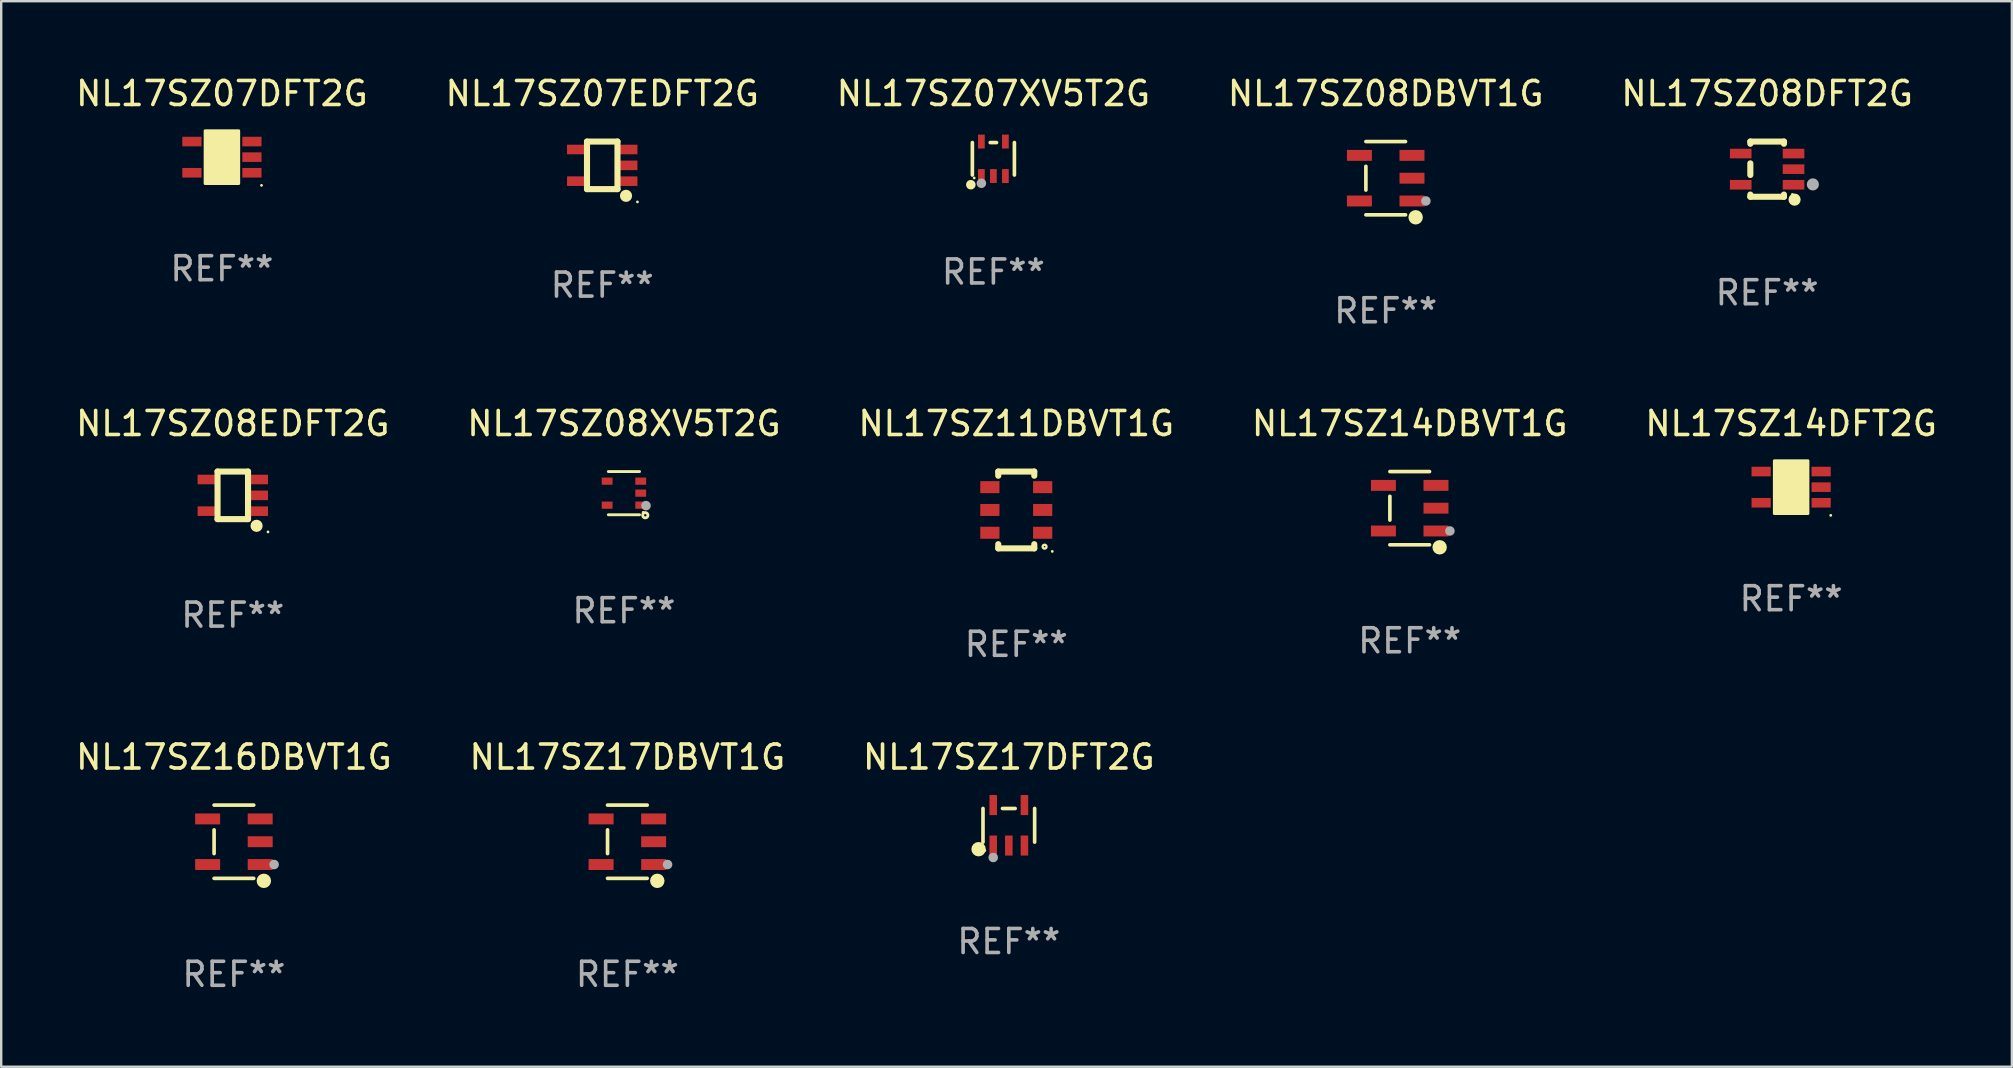
<source format=kicad_pcb>
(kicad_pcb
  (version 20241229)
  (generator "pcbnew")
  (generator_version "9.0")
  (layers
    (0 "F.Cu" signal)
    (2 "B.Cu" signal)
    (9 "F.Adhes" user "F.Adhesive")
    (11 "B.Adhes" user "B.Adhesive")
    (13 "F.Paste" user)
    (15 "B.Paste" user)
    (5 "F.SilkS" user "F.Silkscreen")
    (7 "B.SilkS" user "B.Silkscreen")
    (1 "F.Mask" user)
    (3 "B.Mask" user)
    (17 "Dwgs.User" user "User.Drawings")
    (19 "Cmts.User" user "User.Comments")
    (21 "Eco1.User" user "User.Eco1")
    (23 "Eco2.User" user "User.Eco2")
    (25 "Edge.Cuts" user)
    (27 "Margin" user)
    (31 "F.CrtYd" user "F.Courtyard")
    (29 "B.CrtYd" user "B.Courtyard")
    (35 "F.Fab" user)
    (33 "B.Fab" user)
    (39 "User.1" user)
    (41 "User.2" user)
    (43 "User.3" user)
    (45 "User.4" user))
  (footprint "NL17SZ08DFT2G"
    (layer "F.Cu")
    (at 70.577 3.998)
    (property "Reference" "NL17SZ08DFT2G" (at 0 -3.15 0) (layer "F.SilkS") (effects (font (size 1 1) (thickness 0.15))))
    (attr through_hole)
    (fp_line (start -0.7 -1.15) (end 0.7 -1.15) (stroke (width 0.254) (type solid)) (layer "F.SilkS"))
    (fp_line (start -0.7 -1.058) (end -0.7 -1.15) (stroke (width 0.254) (type solid)) (layer "F.SilkS"))
    (fp_line (start -0.7 0.242) (end -0.7 -0.242) (stroke (width 0.254) (type solid)) (layer "F.SilkS"))
    (fp_line (start -0.7 1.15) (end -0.7 1.058) (stroke (width 0.254) (type solid)) (layer "F.SilkS"))
    (fp_line (start -0.7 1.15) (end 0.7 1.15) (stroke (width 0.254) (type solid)) (layer "F.SilkS"))
    (fp_line (start 0.7 -1.058) (end 0.7 -1.15) (stroke (width 0.254) (type solid)) (layer "F.SilkS"))
    (fp_line (start 0.7 1.15) (end 0.7 1.058) (stroke (width 0.254) (type solid)) (layer "F.SilkS"))
    (fp_circle (center 1.053 1.052) (end 1.083 1.052) (stroke (width 0.06) (type solid)) (fill no) (layer "F.SilkS"))
    (fp_circle (center 1.143 1.27) (end 1.27 1.27) (stroke (width 0.254) (type solid)) (fill no) (layer "F.SilkS"))
    (fp_circle (center 1.905 0.635) (end 2.032 0.635) (stroke (width 0.254) (type solid)) (fill no) (layer "F.Fab"))
    (fp_text user "REF**" (at 0 5.15 0) (layer "F.Fab") (effects (font (size 1 1) (thickness 0.15))))
    (pad "1" smd rect (at 1.1 0.65 90) (size 0.4 0.9) (layers "F.Cu" "F.Mask" "F.Paste"))
    (pad "2" smd rect (at 1.1 0.000076 90) (size 0.4 0.9) (layers "F.Cu" "F.Mask" "F.Paste"))
    (pad "3" smd rect (at 1.1 -0.65 90) (size 0.4 0.9) (layers "F.Cu" "F.Mask" "F.Paste"))
    (pad "4" smd rect (at -1.1 -0.65 90) (size 0.4 0.9) (layers "F.Cu" "F.Mask" "F.Paste"))
    (pad "5" smd rect (at -1.1 0.65 90) (size 0.4 0.9) (layers "F.Cu" "F.Mask" "F.Paste")))
  (footprint "NL17SZ17DFT2G"
    (layer "F.Cu")
    (at 38.982 31.336)
    (property "Reference" "NL17SZ17DFT2G" (at 0 -2.843 0) (layer "F.SilkS") (effects (font (size 1 1) (thickness 0.15))))
    (attr through_hole)
    (fp_line (start -1.076 0.701) (end -1.076 -0.701) (stroke (width 0.152) (type solid)) (layer "F.SilkS"))
    (fp_line (start 0.264 -0.701) (end -0.264 -0.701) (stroke (width 0.152) (type solid)) (layer "F.SilkS"))
    (fp_line (start 1.076 0.701) (end 1.076 -0.701) (stroke (width 0.152) (type solid)) (layer "F.SilkS"))
    (fp_circle (center -1.26 0.995) (end -1.11 0.995) (stroke (width 0.3) (type solid)) (fill no) (layer "F.SilkS"))
    (fp_circle (center -1 1.05) (end -0.97 1.05) (stroke (width 0.06) (type solid)) (fill no) (layer "F.SilkS"))
    (fp_circle (center -0.65 1.341) (end -0.55 1.341) (stroke (width 0.2) (type solid)) (fill no) (layer "F.Fab"))
    (fp_text user "REF**" (at 0 4.843 0) (layer "F.Fab") (effects (font (size 1 1) (thickness 0.15))))
    (pad "1" smd rect (at -0.65 0.843) (size 0.315 0.835) (layers "F.Cu" "F.Mask" "F.Paste"))
    (pad "2" smd rect (at 0.00014 0.843) (size 0.315 0.835) (layers "F.Cu" "F.Mask" "F.Paste"))
    (pad "3" smd rect (at 0.65 0.843) (size 0.315 0.835) (layers "F.Cu" "F.Mask" "F.Paste"))
    (pad "4" smd rect (at 0.65 -0.843) (size 0.315 0.835) (layers "F.Cu" "F.Mask" "F.Paste"))
    (pad "5" smd rect (at -0.65 -0.843) (size 0.315 0.835) (layers "F.Cu" "F.Mask" "F.Paste")))
  (footprint "NL17SZ14DFT2G"
    (layer "F.Cu")
    (at 71.577 17.247)
    (property "Reference" "NL17SZ14DFT2G" (at 0 -2.65 0) (layer "F.SilkS") (effects (font (size 1 1) (thickness 0.15))))
    (attr through_hole)
    (fp_arc (start 0.381001 0.637541) (mid 0.380995 0.636271) (end 0.381001 0.635001) (stroke (width 0.24892) (type solid)) (layer "F.SilkS"))
    (fp_circle (center 1.65 1.175) (end 1.68 1.175) (stroke (width 0.06) (type solid)) (fill no) (layer "F.SilkS"))
    (fp_poly (pts (xy -0.7 -1.1) (xy 0.7 -1.1) (xy 0.7 1.1) (xy -0.7 1.1)) (stroke (width 0.12) (type solid)) (fill yes) (layer "F.SilkS"))
    (fp_text user "REF**" (at 0 4.65 0) (layer "F.Fab") (effects (font (size 1 1) (thickness 0.15))))
    (pad "1" smd rect (at 1.25 0.65 270) (size 0.4 0.8) (layers "F.Cu" "F.Mask" "F.Paste"))
    (pad "2" smd rect (at 1.25 0 270) (size 0.4 0.8) (layers "F.Cu" "F.Mask" "F.Paste"))
    (pad "3" smd rect (at 1.25 -0.65 270) (size 0.4 0.8) (layers "F.Cu" "F.Mask" "F.Paste"))
    (pad "4" smd rect (at -1.25 -0.65 270) (size 0.4 0.8) (layers "F.Cu" "F.Mask" "F.Paste"))
    (pad "5" smd rect (at -1.25 0.65 270) (size 0.4 0.8) (layers "F.Cu" "F.Mask" "F.Paste")))
  (footprint "NL17SZ17DBVT1G"
    (layer "F.Cu")
    (at 23.089 32.02)
    (property "Reference" "NL17SZ17DBVT1G" (at 0 -3.526 0) (layer "F.SilkS") (effects (font (size 1 1) (thickness 0.15))))
    (attr through_hole)
    (fp_line (start -0.826 -0.494) (end -0.826 0.494) (stroke (width 0.152) (type solid)) (layer "F.SilkS"))
    (fp_line (start 0.826 -1.526) (end -0.826 -1.526) (stroke (width 0.152) (type solid)) (layer "F.SilkS"))
    (fp_line (start 0.826 1.526) (end -0.826 1.526) (stroke (width 0.152) (type solid)) (layer "F.SilkS"))
    (fp_circle (center 1.247 1.63) (end 1.398 1.63) (stroke (width 0.3) (type solid)) (fill no) (layer "F.SilkS"))
    (fp_circle (center 1.375 1.45) (end 1.405 1.45) (stroke (width 0.06) (type solid)) (fill no) (layer "F.SilkS"))
    (fp_circle (center 1.675 0.95) (end 1.775 0.95) (stroke (width 0.2) (type solid)) (fill no) (layer "F.Fab"))
    (fp_text user "REF**" (at 0 5.526 0) (layer "F.Fab") (effects (font (size 1 1) (thickness 0.15))))
    (pad "1" smd rect (at 1.095 0.95 270) (size 0.455 1.04) (layers "F.Cu" "F.Mask" "F.Paste"))
    (pad "2" smd rect (at 1.095 0 270) (size 0.455 1.04) (layers "F.Cu" "F.Mask" "F.Paste"))
    (pad "3" smd rect (at 1.095 -0.95 270) (size 0.455 1.04) (layers "F.Cu" "F.Mask" "F.Paste"))
    (pad "4" smd rect (at -1.095 -0.95 270) (size 0.455 1.04) (layers "F.Cu" "F.Mask" "F.Paste"))
    (pad "5" smd rect (at -1.095 0.95 270) (size 0.455 1.04) (layers "F.Cu" "F.Mask" "F.Paste")))
  (footprint "NL17SZ07XV5T2G"
    (layer "F.Cu")
    (at 38.339 3.566)
    (property "Reference" "NL17SZ07XV5T2G" (at 0 -2.718 0) (layer "F.SilkS") (effects (font (size 1 1) (thickness 0.15))))
    (attr through_hole)
    (fp_line (start -0.876 0.676) (end -0.876 -0.676) (stroke (width 0.152) (type solid)) (layer "F.SilkS"))
    (fp_line (start 0.131 -0.676) (end -0.131 -0.676) (stroke (width 0.152) (type solid)) (layer "F.SilkS"))
    (fp_line (start 0.876 0.676) (end 0.876 -0.676) (stroke (width 0.152) (type solid)) (layer "F.SilkS"))
    (fp_circle (center -0.94 1.08) (end -0.84 1.08) (stroke (width 0.2) (type solid)) (fill no) (layer "F.SilkS"))
    (fp_circle (center -0.8 0.8) (end -0.77 0.8) (stroke (width 0.06) (type solid)) (fill no) (layer "F.SilkS"))
    (fp_circle (center -0.5 1.02) (end -0.4 1.02) (stroke (width 0.2) (type solid)) (fill no) (layer "F.Fab"))
    (fp_text user "REF**" (at 0 4.718 0) (layer "F.Fab") (effects (font (size 1 1) (thickness 0.15))))
    (pad "1" smd rect (at -0.5 0.718) (size 0.28 0.58) (layers "F.Cu" "F.Mask" "F.Paste"))
    (pad "2" smd rect (at -0.000102 0.718) (size 0.28 0.58) (layers "F.Cu" "F.Mask" "F.Paste"))
    (pad "3" smd rect (at 0.5 0.718) (size 0.28 0.58) (layers "F.Cu" "F.Mask" "F.Paste"))
    (pad "4" smd rect (at 0.5 -0.718) (size 0.28 0.58) (layers "F.Cu" "F.Mask" "F.Paste"))
    (pad "5" smd rect (at -0.5 -0.718) (size 0.28 0.58) (layers "F.Cu" "F.Mask" "F.Paste")))
  (footprint "NL17SZ14DBVT1G"
    (layer "F.Cu")
    (at 55.685 18.123)
    (property "Reference" "NL17SZ14DBVT1G" (at 0 -3.526 0) (layer "F.SilkS") (effects (font (size 1 1) (thickness 0.15))))
    (attr through_hole)
    (fp_line (start -0.826 -0.494) (end -0.826 0.494) (stroke (width 0.152) (type solid)) (layer "F.SilkS"))
    (fp_line (start 0.826 -1.526) (end -0.826 -1.526) (stroke (width 0.152) (type solid)) (layer "F.SilkS"))
    (fp_line (start 0.826 1.526) (end -0.826 1.526) (stroke (width 0.152) (type solid)) (layer "F.SilkS"))
    (fp_circle (center 1.247 1.63) (end 1.398 1.63) (stroke (width 0.3) (type solid)) (fill no) (layer "F.SilkS"))
    (fp_circle (center 1.375 1.45) (end 1.405 1.45) (stroke (width 0.06) (type solid)) (fill no) (layer "F.SilkS"))
    (fp_circle (center 1.675 0.95) (end 1.775 0.95) (stroke (width 0.2) (type solid)) (fill no) (layer "F.Fab"))
    (fp_text user "REF**" (at 0 5.526 0) (layer "F.Fab") (effects (font (size 1 1) (thickness 0.15))))
    (pad "1" smd rect (at 1.095 0.95 270) (size 0.455 1.04) (layers "F.Cu" "F.Mask" "F.Paste"))
    (pad "2" smd rect (at 1.095 0 270) (size 0.455 1.04) (layers "F.Cu" "F.Mask" "F.Paste"))
    (pad "3" smd rect (at 1.095 -0.95 270) (size 0.455 1.04) (layers "F.Cu" "F.Mask" "F.Paste"))
    (pad "4" smd rect (at -1.095 -0.95 270) (size 0.455 1.04) (layers "F.Cu" "F.Mask" "F.Paste"))
    (pad "5" smd rect (at -1.095 0.95 270) (size 0.455 1.04) (layers "F.Cu" "F.Mask" "F.Paste")))
  (footprint "NL17SZ08XV5T2G"
    (layer "F.Cu")
    (at 22.946 17.497)
    (property "Reference" "NL17SZ08XV5T2G" (at 0 -2.9 0) (layer "F.SilkS") (effects (font (size 1 1) (thickness 0.15))))
    (attr through_hole)
    (fp_line (start -0.65 -0.9) (end 0.65 -0.9) (stroke (width 0.12) (type solid)) (layer "F.SilkS"))
    (fp_line (start -0.65 0.9) (end 0.65 0.9) (stroke (width 0.12) (type solid)) (layer "F.SilkS"))
    (fp_circle (center 0.8 0.8) (end 0.83 0.8) (stroke (width 0.06) (type solid)) (fill no) (layer "F.SilkS"))
    (fp_circle (center 0.89 0.92) (end 0.94 0.92) (stroke (width 0.12) (type solid)) (fill no) (layer "F.SilkS"))
    (fp_circle (center 0.92 0.52) (end 1.02 0.52) (stroke (width 0.2) (type solid)) (fill no) (layer "F.Fab"))
    (fp_text user "REF**" (at 0 4.9 0) (layer "F.Fab") (effects (font (size 1 1) (thickness 0.15))))
    (pad "1" smd rect (at 0.7 0.5) (size 0.45 0.3) (layers "F.Cu" "F.Mask" "F.Paste"))
    (pad "2" smd rect (at 0.7 -0.000356) (size 0.45 0.3) (layers "F.Cu" "F.Mask" "F.Paste"))
    (pad "3" smd rect (at 0.7 -0.5) (size 0.45 0.3) (layers "F.Cu" "F.Mask" "F.Paste"))
    (pad "4" smd rect (at -0.7 -0.5) (size 0.45 0.3) (layers "F.Cu" "F.Mask" "F.Paste"))
    (pad "5" smd rect (at -0.7 0.5) (size 0.45 0.3) (layers "F.Cu" "F.Mask" "F.Paste")))
  (footprint "NL17SZ08DBVT1G"
    (layer "F.Cu")
    (at 54.685 4.374)
    (property "Reference" "NL17SZ08DBVT1G" (at 0 -3.526 0) (layer "F.SilkS") (effects (font (size 1 1) (thickness 0.15))))
    (attr through_hole)
    (fp_line (start -0.826 -0.494) (end -0.826 0.494) (stroke (width 0.152) (type solid)) (layer "F.SilkS"))
    (fp_line (start 0.826 -1.526) (end -0.826 -1.526) (stroke (width 0.152) (type solid)) (layer "F.SilkS"))
    (fp_line (start 0.826 1.526) (end -0.826 1.526) (stroke (width 0.152) (type solid)) (layer "F.SilkS"))
    (fp_circle (center 1.247 1.63) (end 1.398 1.63) (stroke (width 0.3) (type solid)) (fill no) (layer "F.SilkS"))
    (fp_circle (center 1.375 1.45) (end 1.405 1.45) (stroke (width 0.06) (type solid)) (fill no) (layer "F.SilkS"))
    (fp_circle (center 1.675 0.95) (end 1.775 0.95) (stroke (width 0.2) (type solid)) (fill no) (layer "F.Fab"))
    (fp_text user "REF**" (at 0 5.526 0) (layer "F.Fab") (effects (font (size 1 1) (thickness 0.15))))
    (pad "1" smd rect (at 1.095 0.95 270) (size 0.455 1.04) (layers "F.Cu" "F.Mask" "F.Paste"))
    (pad "2" smd rect (at 1.095 0 270) (size 0.455 1.04) (layers "F.Cu" "F.Mask" "F.Paste"))
    (pad "3" smd rect (at 1.095 -0.95 270) (size 0.455 1.04) (layers "F.Cu" "F.Mask" "F.Paste"))
    (pad "4" smd rect (at -1.095 -0.95 270) (size 0.455 1.04) (layers "F.Cu" "F.Mask" "F.Paste"))
    (pad "5" smd rect (at -1.095 0.95 270) (size 0.455 1.04) (layers "F.Cu" "F.Mask" "F.Paste")))
  (footprint "NL17SZ11DBVT1G"
    (layer "F.Cu")
    (at 39.292 18.197)
    (property "Reference" "NL17SZ11DBVT1G" (at 0 -3.6 0) (layer "F.SilkS") (effects (font (size 1 1) (thickness 0.15))))
    (attr through_hole)
    (fp_line (start -0.75 -1.6) (end -0.75 -1.426) (stroke (width 0.254) (type solid)) (layer "F.SilkS"))
    (fp_line (start -0.75 -1.6) (end 0.75 -1.6) (stroke (width 0.254) (type solid)) (layer "F.SilkS"))
    (fp_line (start -0.75 1.426) (end -0.75 1.6) (stroke (width 0.254) (type solid)) (layer "F.SilkS"))
    (fp_line (start -0.75 1.6) (end 0.75 1.6) (stroke (width 0.254) (type solid)) (layer "F.SilkS"))
    (fp_line (start 0.75 -1.6) (end 0.75 -1.426) (stroke (width 0.254) (type solid)) (layer "F.SilkS"))
    (fp_line (start 0.75 1.426) (end 0.75 1.6) (stroke (width 0.254) (type solid)) (layer "F.SilkS"))
    (fp_circle (center 1.18 1.53) (end 1.26 1.53) (stroke (width 0.1) (type solid)) (fill no) (layer "F.SilkS"))
    (fp_circle (center 1.5 1.727) (end 1.53 1.727) (stroke (width 0.06) (type solid)) (fill no) (layer "F.SilkS"))
    (fp_text user "REF**" (at 0 5.6 0) (layer "F.Fab") (effects (font (size 1 1) (thickness 0.15))))
    (pad "1" smd rect (at 1.1 0.95 90) (size 0.5 0.8) (layers "F.Cu" "F.Mask" "F.Paste"))
    (pad "2" smd rect (at 1.1 0 90) (size 0.5 0.8) (layers "F.Cu" "F.Mask" "F.Paste"))
    (pad "3" smd rect (at 1.1 -0.95 90) (size 0.5 0.8) (layers "F.Cu" "F.Mask" "F.Paste"))
    (pad "4" smd rect (at -1.1 -0.95 90) (size 0.5 0.8) (layers "F.Cu" "F.Mask" "F.Paste"))
    (pad "5" smd rect (at -1.1 0 90) (size 0.5 0.8) (layers "F.Cu" "F.Mask" "F.Paste"))
    (pad "6" smd rect (at -1.1 0.95 90) (size 0.5 0.8) (layers "F.Cu" "F.Mask" "F.Paste")))
  (footprint "NL17SZ07DFT2G"
    (layer "F.Cu")
    (at 6.196 3.498)
    (property "Reference" "NL17SZ07DFT2G" (at 0 -2.65 0) (layer "F.SilkS") (effects (font (size 1 1) (thickness 0.15))))
    (attr through_hole)
    (fp_arc (start 0.381001 0.637541) (mid 0.380995 0.636271) (end 0.381001 0.635001) (stroke (width 0.24892) (type solid)) (layer "F.SilkS"))
    (fp_circle (center 1.65 1.175) (end 1.68 1.175) (stroke (width 0.06) (type solid)) (fill no) (layer "F.SilkS"))
    (fp_poly (pts (xy -0.7 -1.1) (xy 0.7 -1.1) (xy 0.7 1.1) (xy -0.7 1.1)) (stroke (width 0.12) (type solid)) (fill yes) (layer "F.SilkS"))
    (fp_text user "REF**" (at 0 4.65 0) (layer "F.Fab") (effects (font (size 1 1) (thickness 0.15))))
    (pad "1" smd rect (at 1.25 0.65 270) (size 0.4 0.8) (layers "F.Cu" "F.Mask" "F.Paste"))
    (pad "2" smd rect (at 1.25 0 270) (size 0.4 0.8) (layers "F.Cu" "F.Mask" "F.Paste"))
    (pad "3" smd rect (at 1.25 -0.65 270) (size 0.4 0.8) (layers "F.Cu" "F.Mask" "F.Paste"))
    (pad "4" smd rect (at -1.25 -0.65 270) (size 0.4 0.8) (layers "F.Cu" "F.Mask" "F.Paste"))
    (pad "5" smd rect (at -1.25 0.65 270) (size 0.4 0.8) (layers "F.Cu" "F.Mask" "F.Paste")))
  (footprint "NL17SZ16DBVT1G"
    (layer "F.Cu")
    (at 6.696 32.02)
    (property "Reference" "NL17SZ16DBVT1G" (at 0 -3.526 0) (layer "F.SilkS") (effects (font (size 1 1) (thickness 0.15))))
    (attr through_hole)
    (fp_line (start -0.826 -0.494) (end -0.826 0.494) (stroke (width 0.152) (type solid)) (layer "F.SilkS"))
    (fp_line (start 0.826 -1.526) (end -0.826 -1.526) (stroke (width 0.152) (type solid)) (layer "F.SilkS"))
    (fp_line (start 0.826 1.526) (end -0.826 1.526) (stroke (width 0.152) (type solid)) (layer "F.SilkS"))
    (fp_circle (center 1.247 1.63) (end 1.398 1.63) (stroke (width 0.3) (type solid)) (fill no) (layer "F.SilkS"))
    (fp_circle (center 1.375 1.45) (end 1.405 1.45) (stroke (width 0.06) (type solid)) (fill no) (layer "F.SilkS"))
    (fp_circle (center 1.675 0.95) (end 1.775 0.95) (stroke (width 0.2) (type solid)) (fill no) (layer "F.Fab"))
    (fp_text user "REF**" (at 0 5.526 0) (layer "F.Fab") (effects (font (size 1 1) (thickness 0.15))))
    (pad "1" smd rect (at 1.095 0.95 270) (size 0.455 1.04) (layers "F.Cu" "F.Mask" "F.Paste"))
    (pad "2" smd rect (at 1.095 0 270) (size 0.455 1.04) (layers "F.Cu" "F.Mask" "F.Paste"))
    (pad "3" smd rect (at 1.095 -0.95 270) (size 0.455 1.04) (layers "F.Cu" "F.Mask" "F.Paste"))
    (pad "4" smd rect (at -1.095 -0.95 270) (size 0.455 1.04) (layers "F.Cu" "F.Mask" "F.Paste"))
    (pad "5" smd rect (at -1.095 0.95 270) (size 0.455 1.04) (layers "F.Cu" "F.Mask" "F.Paste")))
  (footprint "NL17SZ07EDFT2G"
    (layer "F.Cu")
    (at 22.042 3.839)
    (property "Reference" "NL17SZ07EDFT2G" (at 0 -2.991 0) (layer "F.SilkS") (effects (font (size 1 1) (thickness 0.15))))
    (attr through_hole)
    (fp_line (start -0.635 -0.991) (end 0.635 -0.991) (stroke (width 0.254) (type solid)) (layer "F.SilkS"))
    (fp_line (start -0.635 0.991) (end -0.635 -0.991) (stroke (width 0.254) (type solid)) (layer "F.SilkS"))
    (fp_line (start 0.635 -0.991) (end 0.635 0.991) (stroke (width 0.254) (type solid)) (layer "F.SilkS"))
    (fp_line (start 0.635 0.991) (end -0.635 0.991) (stroke (width 0.254) (type solid)) (layer "F.SilkS"))
    (fp_circle (center 0.991 1.27) (end 1.118 1.27) (stroke (width 0.254) (type solid)) (fill no) (layer "F.SilkS"))
    (fp_circle (center 1.467 1.524) (end 1.497 1.524) (stroke (width 0.06) (type solid)) (fill no) (layer "F.SilkS"))
    (fp_text user "REF**" (at 0 4.991 0) (layer "F.Fab") (effects (font (size 1 1) (thickness 0.15))))
    (pad "1" smd rect (at 1.067 0.66 180) (size 0.8 0.399) (layers "F.Cu" "F.Mask" "F.Paste"))
    (pad "2" smd rect (at 1.067 0 180) (size 0.8 0.399) (layers "F.Cu" "F.Mask" "F.Paste"))
    (pad "3" smd rect (at 1.067 -0.66 180) (size 0.8 0.399) (layers "F.Cu" "F.Mask" "F.Paste"))
    (pad "4" smd rect (at -1.067 -0.66 180) (size 0.8 0.399) (layers "F.Cu" "F.Mask" "F.Paste"))
    (pad "5" smd rect (at -1.066 0.659 180) (size 0.8 0.399) (layers "F.Cu" "F.Mask" "F.Paste")))
  (footprint "NL17SZ08EDFT2G"
    (layer "F.Cu")
    (at 6.649 17.588)
    (property "Reference" "NL17SZ08EDFT2G" (at 0 -2.991 0) (layer "F.SilkS") (effects (font (size 1 1) (thickness 0.15))))
    (attr through_hole)
    (fp_line (start -0.635 -0.991) (end 0.635 -0.991) (stroke (width 0.254) (type solid)) (layer "F.SilkS"))
    (fp_line (start -0.635 0.991) (end -0.635 -0.991) (stroke (width 0.254) (type solid)) (layer "F.SilkS"))
    (fp_line (start 0.635 -0.991) (end 0.635 0.991) (stroke (width 0.254) (type solid)) (layer "F.SilkS"))
    (fp_line (start 0.635 0.991) (end -0.635 0.991) (stroke (width 0.254) (type solid)) (layer "F.SilkS"))
    (fp_circle (center 0.991 1.27) (end 1.118 1.27) (stroke (width 0.254) (type solid)) (fill no) (layer "F.SilkS"))
    (fp_circle (center 1.467 1.524) (end 1.497 1.524) (stroke (width 0.06) (type solid)) (fill no) (layer "F.SilkS"))
    (fp_text user "REF**" (at 0 4.991 0) (layer "F.Fab") (effects (font (size 1 1) (thickness 0.15))))
    (pad "1" smd rect (at 1.067 0.66 180) (size 0.8 0.399) (layers "F.Cu" "F.Mask" "F.Paste"))
    (pad "2" smd rect (at 1.067 0 180) (size 0.8 0.399) (layers "F.Cu" "F.Mask" "F.Paste"))
    (pad "3" smd rect (at 1.067 -0.66 180) (size 0.8 0.399) (layers "F.Cu" "F.Mask" "F.Paste"))
    (pad "4" smd rect (at -1.067 -0.66 180) (size 0.8 0.399) (layers "F.Cu" "F.Mask" "F.Paste"))
    (pad "5" smd rect (at -1.066 0.659 180) (size 0.8 0.399) (layers "F.Cu" "F.Mask" "F.Paste")))
  (gr_rect
    (start -3 -3)
    (end 80.774 41.394)
    (stroke (width 0.1) (type default))
    (fill no)
    (layer "Edge.Cuts")))
</source>
